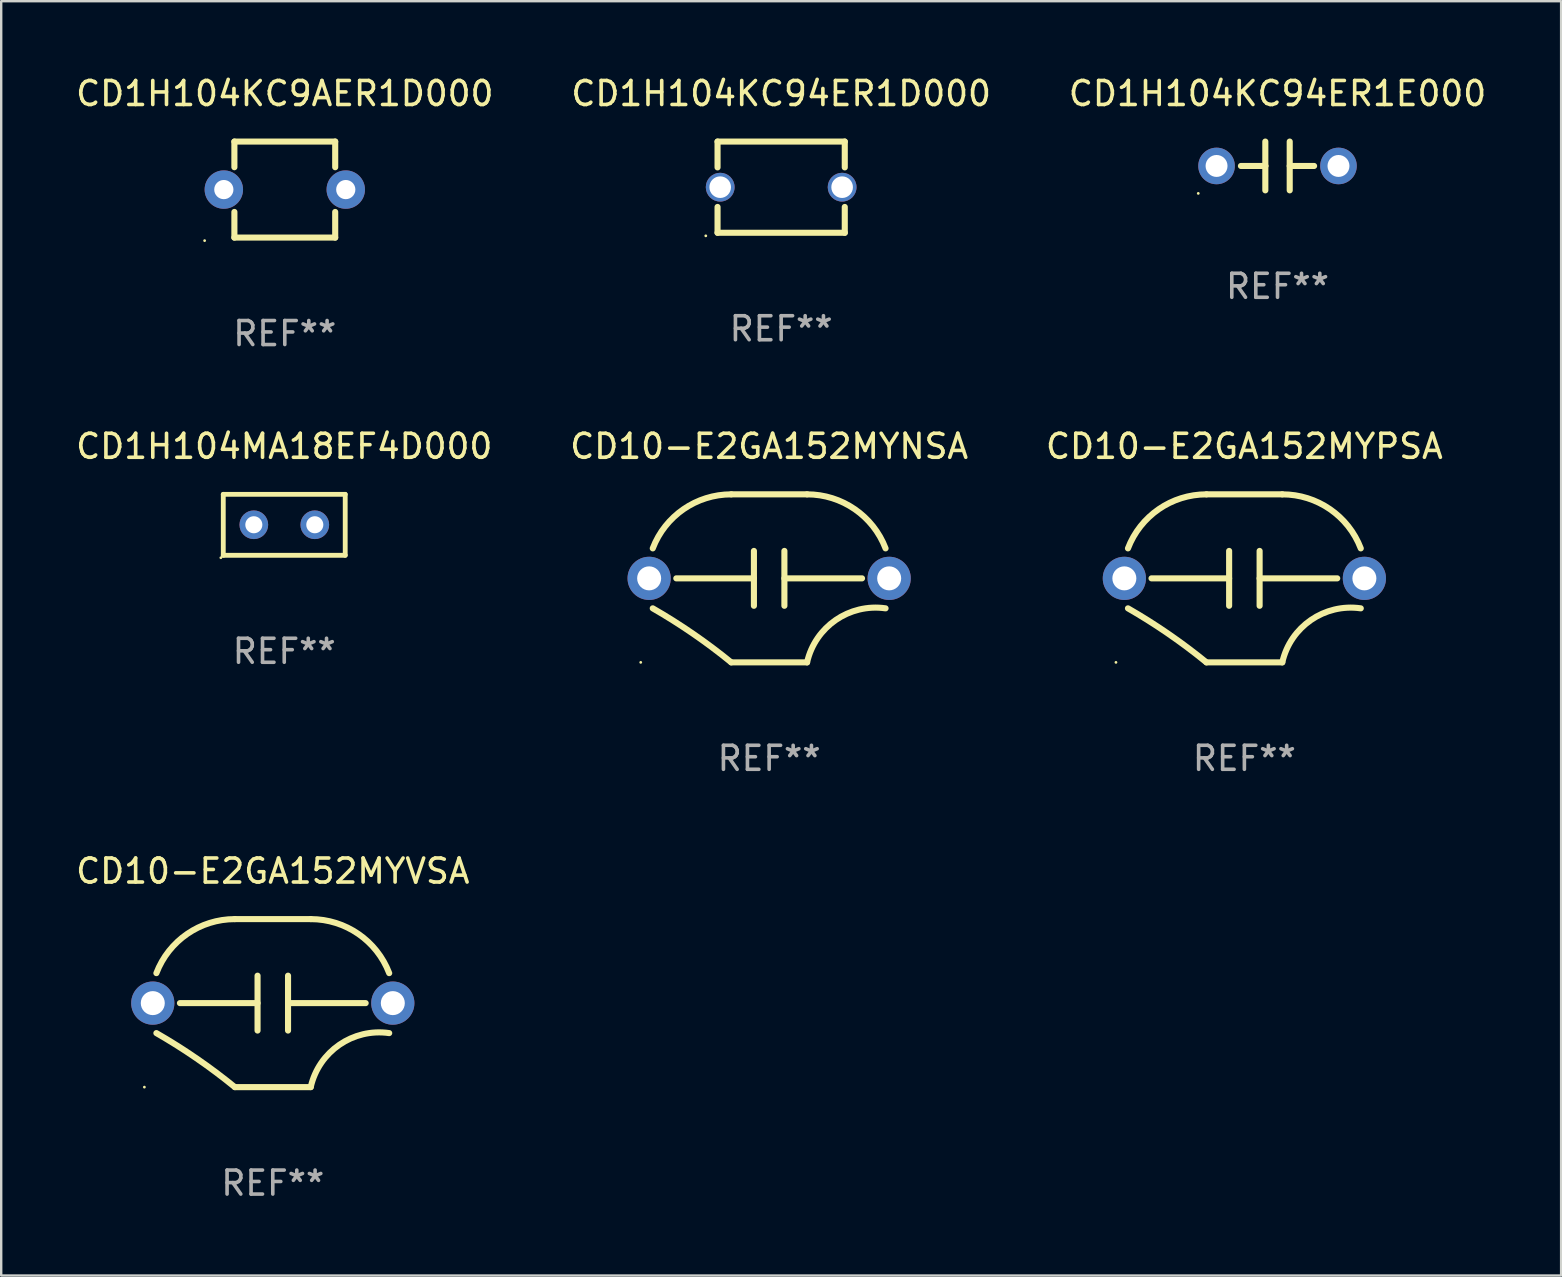
<source format=kicad_pcb>
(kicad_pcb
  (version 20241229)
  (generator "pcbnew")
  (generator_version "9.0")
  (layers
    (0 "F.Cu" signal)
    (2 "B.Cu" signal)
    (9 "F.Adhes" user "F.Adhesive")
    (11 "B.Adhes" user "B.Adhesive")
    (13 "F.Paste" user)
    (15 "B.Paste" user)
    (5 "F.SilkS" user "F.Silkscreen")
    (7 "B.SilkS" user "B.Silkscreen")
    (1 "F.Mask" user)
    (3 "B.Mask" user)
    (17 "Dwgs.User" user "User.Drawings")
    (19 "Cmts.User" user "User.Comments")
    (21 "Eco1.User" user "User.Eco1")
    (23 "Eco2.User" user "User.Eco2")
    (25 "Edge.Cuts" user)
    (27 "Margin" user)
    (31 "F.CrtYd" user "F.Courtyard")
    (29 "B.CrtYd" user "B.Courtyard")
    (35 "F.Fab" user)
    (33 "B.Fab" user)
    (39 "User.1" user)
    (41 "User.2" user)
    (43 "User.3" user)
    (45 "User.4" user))
  (footprint "CD1H104MA18EF4D000"
    (layer "F.Cu")
    (at 8.792 18.815)
    (property "Reference" "CD1H104MA18EF4D000" (at 0 -3.27 0) (layer "F.SilkS") (effects (font (size 1 1) (thickness 0.15))))
    (attr through_hole)
    (fp_line (start -2.54 -1.27) (end -2.54 1.27) (stroke (width 0.201) (type solid)) (layer "F.SilkS"))
    (fp_line (start -2.54 1.27) (end 2.54 1.27) (stroke (width 0.201) (type solid)) (layer "F.SilkS"))
    (fp_line (start 2.54 -1.27) (end -2.54 -1.27) (stroke (width 0.201) (type solid)) (layer "F.SilkS"))
    (fp_line (start 2.54 1.27) (end 2.54 -1.27) (stroke (width 0.201) (type solid)) (layer "F.SilkS"))
    (fp_circle (center -2.64 1.37) (end -2.61 1.37) (stroke (width 0.06) (type solid)) (fill no) (layer "F.SilkS"))
    (fp_text user "REF**" (at 0 5.27 0) (layer "F.Fab") (effects (font (size 1 1) (thickness 0.15))))
    (pad "1" thru_hole circle (at -1.267 -0.003) (size 1.194 1.194) (drill 0.711) (layers "*.Cu" "*.Mask"))
    (pad "2" thru_hole circle (at 1.273 -0.003) (size 1.194 1.194) (drill 0.711) (layers "*.Cu" "*.Mask")))
  (footprint "CD10-E2GA152MYPSA"
    (layer "F.Cu")
    (at 48.792 21.045)
    (property "Reference" "CD10-E2GA152MYPSA" (at 0 -5.5 0) (layer "F.SilkS") (effects (font (size 1 1) (thickness 0.15))))
    (attr through_hole)
    (fp_line (start -3.869 0.000013) (end -0.635 0.000013) (stroke (width 0.254) (type solid)) (layer "F.SilkS"))
    (fp_line (start -1.58 -3.5) (end 1.58 -3.5) (stroke (width 0.254) (type solid)) (layer "F.SilkS"))
    (fp_line (start -1.58 3.5) (end 1.58 3.5) (stroke (width 0.254) (type solid)) (layer "F.SilkS"))
    (fp_line (start -0.635 -1.143) (end -0.635 1.143) (stroke (width 0.254) (type solid)) (layer "F.SilkS"))
    (fp_line (start 0.635 -1.143) (end 0.635 1.143) (stroke (width 0.254) (type solid)) (layer "F.SilkS"))
    (fp_line (start 3.869 0.000013) (end 0.635 0.000013) (stroke (width 0.254) (type solid)) (layer "F.SilkS"))
    (fp_arc (start -4.849479 -1.249009) (mid -3.564683 -2.882846) (end -1.579934 -3.500012) (stroke (width 0.254001) (type solid)) (layer "F.SilkS"))
    (fp_arc (start -4.849479 1.249009) (mid -3.169002 2.308126) (end -1.579934 3.500012) (stroke (width 0.254001) (type solid)) (layer "F.SilkS"))
    (fp_arc (start 1.579934 -3.499988) (mid 3.564678 -2.882813) (end 4.849479 -1.248984) (stroke (width 0.254001) (type solid)) (layer "F.SilkS"))
    (fp_arc (start 1.579934 3.500038) (mid 2.7747 1.735435) (end 4.849479 1.249035) (stroke (width 0.254001) (type solid)) (layer "F.SilkS"))
    (fp_circle (center -5.35 3.5) (end -5.32 3.5) (stroke (width 0.06) (type solid)) (fill no) (layer "F.SilkS"))
    (fp_text user "REF**" (at 0 7.5 0) (layer "F.Fab") (effects (font (size 1 1) (thickness 0.15))))
    (pad "1" thru_hole circle (at -5 0.000013) (size 1.8 1.8) (drill 1) (layers "*.Cu" "*.Mask"))
    (pad "2" thru_hole circle (at 5 0.000013) (size 1.8 1.8) (drill 1) (layers "*.Cu" "*.Mask")))
  (footprint "CD1H104KC94ER1D000"
    (layer "F.Cu")
    (at 29.494 4.748)
    (property "Reference" "CD1H104KC94ER1D000" (at 0 -3.9 0) (layer "F.SilkS") (effects (font (size 1 1) (thickness 0.15))))
    (attr through_hole)
    (fp_line (start -2.65 -1.9) (end 2.65 -1.9) (stroke (width 0.254) (type solid)) (layer "F.SilkS"))
    (fp_line (start -2.65 -0.824) (end -2.65 -1.9) (stroke (width 0.254) (type solid)) (layer "F.SilkS"))
    (fp_line (start -2.65 1.9) (end -2.65 0.824) (stroke (width 0.254) (type solid)) (layer "F.SilkS"))
    (fp_line (start 2.65 -0.824) (end 2.65 -1.9) (stroke (width 0.254) (type solid)) (layer "F.SilkS"))
    (fp_line (start 2.65 1.9) (end -2.65 1.9) (stroke (width 0.254) (type solid)) (layer "F.SilkS"))
    (fp_line (start 2.65 1.9) (end 2.65 0.824) (stroke (width 0.254) (type solid)) (layer "F.SilkS"))
    (fp_circle (center -3.14 2.027) (end -3.11 2.027) (stroke (width 0.06) (type solid)) (fill no) (layer "F.SilkS"))
    (fp_text user "REF**" (at 0 5.9 0) (layer "F.Fab") (effects (font (size 1 1) (thickness 0.15))))
    (pad "1" thru_hole circle (at -2.54 0) (size 1.2 1.2) (drill 0.9) (layers "*.Cu" "*.Mask"))
    (pad "2" thru_hole circle (at 2.54 0) (size 1.2 1.2) (drill 0.9) (layers "*.Cu" "*.Mask")))
  (footprint "CD1H104KC9AER1D000"
    (layer "F.Cu")
    (at 8.815 4.848)
    (property "Reference" "CD1H104KC9AER1D000" (at 0 -4 0) (layer "F.SilkS") (effects (font (size 1 1) (thickness 0.15))))
    (attr through_hole)
    (fp_line (start -2.1 -2) (end -2.1 -0.932) (stroke (width 0.254) (type solid)) (layer "F.SilkS"))
    (fp_line (start -2.1 -2) (end 2.1 -2) (stroke (width 0.254) (type solid)) (layer "F.SilkS"))
    (fp_line (start -2.1 0.932) (end -2.1 2) (stroke (width 0.254) (type solid)) (layer "F.SilkS"))
    (fp_line (start -2.1 2) (end 2.1 2) (stroke (width 0.254) (type solid)) (layer "F.SilkS"))
    (fp_line (start 2.1 -2) (end 2.1 -0.932) (stroke (width 0.254) (type solid)) (layer "F.SilkS"))
    (fp_line (start 2.1 0.932) (end 2.1 2) (stroke (width 0.254) (type solid)) (layer "F.SilkS"))
    (fp_circle (center -3.34 2.127) (end -3.31 2.127) (stroke (width 0.06) (type solid)) (fill no) (layer "F.SilkS"))
    (fp_text user "REF**" (at 0 6 0) (layer "F.Fab") (effects (font (size 1 1) (thickness 0.15))))
    (pad "1" thru_hole circle (at -2.54 0) (size 1.6 1.6) (drill 0.8) (layers "*.Cu" "*.Mask"))
    (pad "2" thru_hole circle (at 2.54 0) (size 1.6 1.6) (drill 0.8) (layers "*.Cu" "*.Mask")))
  (footprint "CD10-E2GA152MYVSA"
    (layer "F.Cu")
    (at 8.315 38.741)
    (property "Reference" "CD10-E2GA152MYVSA" (at 0 -5.5 0) (layer "F.SilkS") (effects (font (size 1 1) (thickness 0.15))))
    (attr through_hole)
    (fp_line (start -3.869 0.000013) (end -0.635 0.000013) (stroke (width 0.254) (type solid)) (layer "F.SilkS"))
    (fp_line (start -1.58 -3.5) (end 1.58 -3.5) (stroke (width 0.254) (type solid)) (layer "F.SilkS"))
    (fp_line (start -1.58 3.5) (end 1.58 3.5) (stroke (width 0.254) (type solid)) (layer "F.SilkS"))
    (fp_line (start -0.635 -1.143) (end -0.635 1.143) (stroke (width 0.254) (type solid)) (layer "F.SilkS"))
    (fp_line (start 0.635 -1.143) (end 0.635 1.143) (stroke (width 0.254) (type solid)) (layer "F.SilkS"))
    (fp_line (start 3.869 0.000013) (end 0.635 0.000013) (stroke (width 0.254) (type solid)) (layer "F.SilkS"))
    (fp_arc (start -4.849479 -1.249009) (mid -3.564683 -2.882846) (end -1.579934 -3.500012) (stroke (width 0.254001) (type solid)) (layer "F.SilkS"))
    (fp_arc (start -4.849479 1.249009) (mid -3.169002 2.308126) (end -1.579934 3.500012) (stroke (width 0.254001) (type solid)) (layer "F.SilkS"))
    (fp_arc (start 1.579934 -3.499988) (mid 3.564678 -2.882813) (end 4.849479 -1.248984) (stroke (width 0.254001) (type solid)) (layer "F.SilkS"))
    (fp_arc (start 1.579934 3.500038) (mid 2.7747 1.735435) (end 4.849479 1.249035) (stroke (width 0.254001) (type solid)) (layer "F.SilkS"))
    (fp_circle (center -5.35 3.5) (end -5.32 3.5) (stroke (width 0.06) (type solid)) (fill no) (layer "F.SilkS"))
    (fp_text user "REF**" (at 0 7.5 0) (layer "F.Fab") (effects (font (size 1 1) (thickness 0.15))))
    (pad "1" thru_hole circle (at -5 0.000013) (size 1.8 1.8) (drill 1) (layers "*.Cu" "*.Mask"))
    (pad "2" thru_hole circle (at 5 0.000013) (size 1.8 1.8) (drill 1) (layers "*.Cu" "*.Mask")))
  (footprint "CD10-E2GA152MYNSA"
    (layer "F.Cu")
    (at 28.994 21.045)
    (property "Reference" "CD10-E2GA152MYNSA" (at 0 -5.5 0) (layer "F.SilkS") (effects (font (size 1 1) (thickness 0.15))))
    (attr through_hole)
    (fp_line (start -3.869 0.000013) (end -0.635 0.000013) (stroke (width 0.254) (type solid)) (layer "F.SilkS"))
    (fp_line (start -1.58 -3.5) (end 1.58 -3.5) (stroke (width 0.254) (type solid)) (layer "F.SilkS"))
    (fp_line (start -1.58 3.5) (end 1.58 3.5) (stroke (width 0.254) (type solid)) (layer "F.SilkS"))
    (fp_line (start -0.635 -1.143) (end -0.635 1.143) (stroke (width 0.254) (type solid)) (layer "F.SilkS"))
    (fp_line (start 0.635 -1.143) (end 0.635 1.143) (stroke (width 0.254) (type solid)) (layer "F.SilkS"))
    (fp_line (start 3.869 0.000013) (end 0.635 0.000013) (stroke (width 0.254) (type solid)) (layer "F.SilkS"))
    (fp_arc (start -4.849479 -1.249009) (mid -3.564683 -2.882846) (end -1.579934 -3.500012) (stroke (width 0.254001) (type solid)) (layer "F.SilkS"))
    (fp_arc (start -4.849479 1.249009) (mid -3.169002 2.308126) (end -1.579934 3.500012) (stroke (width 0.254001) (type solid)) (layer "F.SilkS"))
    (fp_arc (start 1.579934 -3.499988) (mid 3.564678 -2.882813) (end 4.849479 -1.248984) (stroke (width 0.254001) (type solid)) (layer "F.SilkS"))
    (fp_arc (start 1.579934 3.500038) (mid 2.7747 1.735435) (end 4.849479 1.249035) (stroke (width 0.254001) (type solid)) (layer "F.SilkS"))
    (fp_circle (center -5.35 3.5) (end -5.32 3.5) (stroke (width 0.06) (type solid)) (fill no) (layer "F.SilkS"))
    (fp_text user "REF**" (at 0 7.5 0) (layer "F.Fab") (effects (font (size 1 1) (thickness 0.15))))
    (pad "1" thru_hole circle (at -5 0.000013) (size 1.8 1.8) (drill 1) (layers "*.Cu" "*.Mask"))
    (pad "2" thru_hole circle (at 5 0.000013) (size 1.8 1.8) (drill 1) (layers "*.Cu" "*.Mask")))
  (footprint "CD1H104KC94ER1E000"
    (layer "F.Cu")
    (at 50.173 3.864)
    (property "Reference" "CD1H104KC94ER1E000" (at 0 -3.016 0) (layer "F.SilkS") (effects (font (size 1 1) (thickness 0.15))))
    (attr through_hole)
    (fp_line (start -1.524 0) (end -0.508 0) (stroke (width 0.254) (type solid)) (layer "F.SilkS"))
    (fp_line (start -0.508 0) (end -0.508 -1.016) (stroke (width 0.254) (type solid)) (layer "F.SilkS"))
    (fp_line (start -0.508 0) (end -0.508 1.016) (stroke (width 0.254) (type solid)) (layer "F.SilkS"))
    (fp_line (start 0.508 -1.016) (end 0.508 1.016) (stroke (width 0.254) (type solid)) (layer "F.SilkS"))
    (fp_line (start 1.524 0) (end 0.508 0) (stroke (width 0.254) (type solid)) (layer "F.SilkS"))
    (fp_circle (center -3.302 1.143) (end -3.272 1.143) (stroke (width 0.06) (type solid)) (fill no) (layer "F.SilkS"))
    (fp_text user "REF**" (at 0 5.016 0) (layer "F.Fab") (effects (font (size 1 1) (thickness 0.15))))
    (pad "1" thru_hole circle (at -2.54 0) (size 1.524 1.524) (drill 0.914) (layers "*.Cu" "*.Mask"))
    (pad "2" thru_hole circle (at 2.54 0) (size 1.524 1.524) (drill 0.914) (layers "*.Cu" "*.Mask")))
  (gr_rect
    (start -3 -3)
    (end 61.988 50.09)
    (stroke (width 0.1) (type default))
    (fill no)
    (layer "Edge.Cuts")))
</source>
